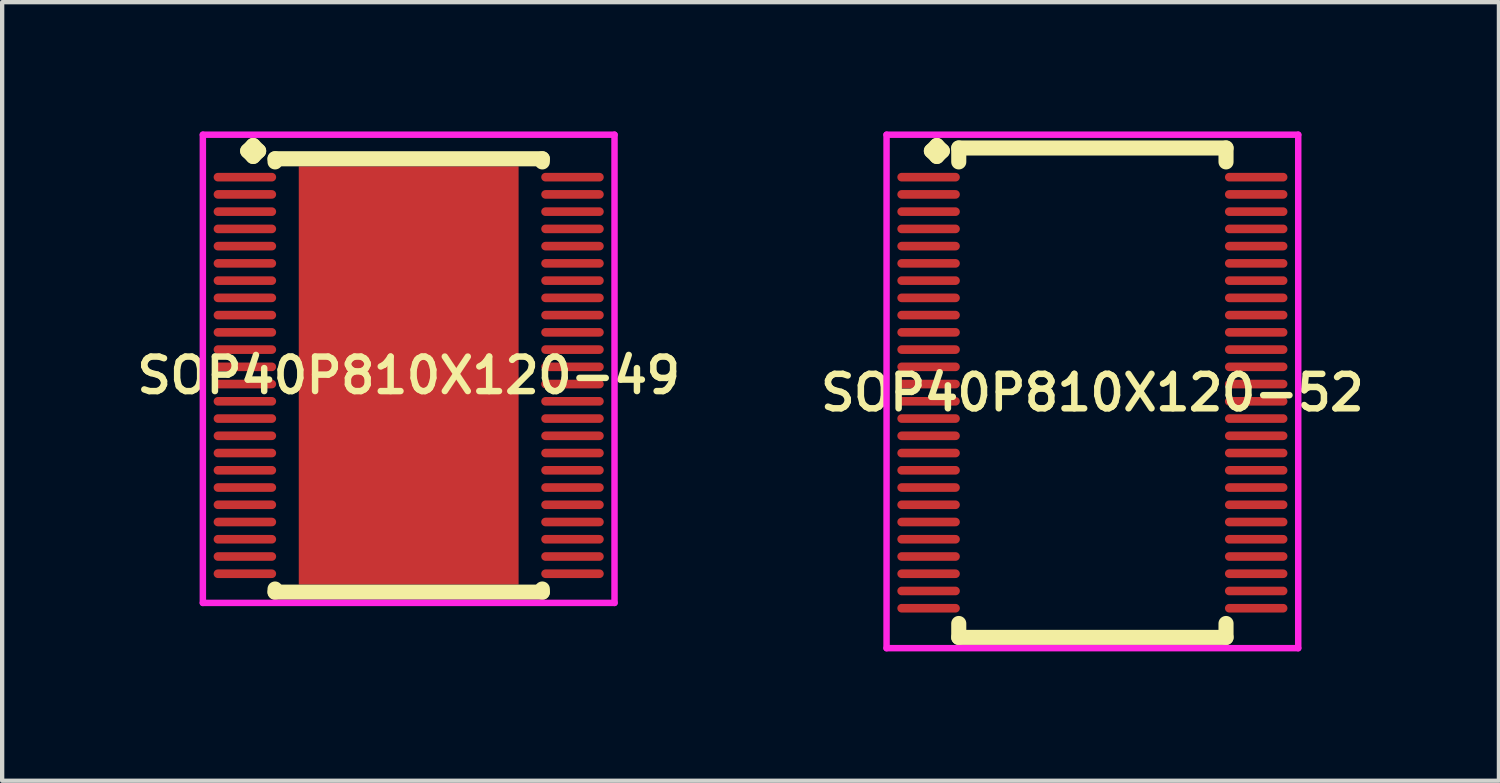
<source format=kicad_pcb>
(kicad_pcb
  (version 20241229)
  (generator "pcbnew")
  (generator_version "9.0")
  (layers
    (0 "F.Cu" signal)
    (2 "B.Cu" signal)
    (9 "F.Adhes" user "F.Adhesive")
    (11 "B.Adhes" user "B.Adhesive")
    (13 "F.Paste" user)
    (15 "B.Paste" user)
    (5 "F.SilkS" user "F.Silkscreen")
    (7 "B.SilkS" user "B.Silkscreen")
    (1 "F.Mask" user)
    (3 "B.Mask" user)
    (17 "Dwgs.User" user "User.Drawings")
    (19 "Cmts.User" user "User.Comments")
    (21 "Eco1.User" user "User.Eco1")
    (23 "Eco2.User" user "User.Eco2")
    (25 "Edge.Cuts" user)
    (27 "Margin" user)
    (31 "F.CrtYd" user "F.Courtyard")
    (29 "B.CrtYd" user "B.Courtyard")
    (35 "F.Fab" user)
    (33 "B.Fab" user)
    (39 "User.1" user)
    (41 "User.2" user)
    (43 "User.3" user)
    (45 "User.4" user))
  (footprint "SOP40P810X120-52"
    (layer "F.Cu")
    (at 22.292 6.06)
    (property "Reference" "SOP40P810X120-52" (at 0 0 0) (layer "F.SilkS") (effects (font (size 0.8 0.8) (thickness 0.15))))
    (attr smd)
    (fp_line (start -3.735 -5.608) (end -3.608 -5.735) (stroke (width 0.35) (type solid)) (layer "F.SilkS"))
    (fp_line (start -3.608 -5.735) (end -3.481 -5.608) (stroke (width 0.35) (type solid)) (layer "F.SilkS"))
    (fp_line (start -3.608 -5.481) (end -3.735 -5.608) (stroke (width 0.35) (type solid)) (layer "F.SilkS"))
    (fp_line (start -3.481 -5.608) (end -3.608 -5.481) (stroke (width 0.35) (type solid)) (layer "F.SilkS"))
    (fp_line (start -3.1 -5.677) (end 3.1 -5.677) (stroke (width 0.35) (type solid)) (layer "F.SilkS"))
    (fp_line (start -3.1 -5.354) (end -3.1 -5.677) (stroke (width 0.35) (type solid)) (layer "F.SilkS"))
    (fp_line (start -3.1 5.354) (end -3.1 5.677) (stroke (width 0.35) (type solid)) (layer "F.SilkS"))
    (fp_line (start -3.1 5.677) (end 3.1 5.677) (stroke (width 0.35) (type solid)) (layer "F.SilkS"))
    (fp_line (start 3.1 -5.677) (end 3.1 -5.354) (stroke (width 0.35) (type solid)) (layer "F.SilkS"))
    (fp_line (start 3.1 5.677) (end 3.1 5.354) (stroke (width 0.35) (type solid)) (layer "F.SilkS"))
    (fp_line (start -4.775 -5.985) (end 4.775 -5.985) (stroke (width 0.15) (type solid)) (layer "F.CrtYd"))
    (fp_line (start -4.775 5.927) (end -4.775 -5.985) (stroke (width 0.15) (type solid)) (layer "F.CrtYd"))
    (fp_line (start 4.775 -5.985) (end 4.775 5.927) (stroke (width 0.15) (type solid)) (layer "F.CrtYd"))
    (fp_line (start 4.775 5.927) (end -4.775 5.927) (stroke (width 0.15) (type solid)) (layer "F.CrtYd"))
    (pad "1" smd oval (at -3.8 -5) (size 1.45 0.2) (layers "F.Cu" "F.Mask" "F.Paste"))
    (pad "2" smd oval (at -3.8 -4.6) (size 1.45 0.2) (layers "F.Cu" "F.Mask" "F.Paste"))
    (pad "3" smd oval (at -3.8 -4.2) (size 1.45 0.2) (layers "F.Cu" "F.Mask" "F.Paste"))
    (pad "4" smd oval (at -3.8 -3.8) (size 1.45 0.2) (layers "F.Cu" "F.Mask" "F.Paste"))
    (pad "5" smd oval (at -3.8 -3.4) (size 1.45 0.2) (layers "F.Cu" "F.Mask" "F.Paste"))
    (pad "6" smd oval (at -3.8 -3) (size 1.45 0.2) (layers "F.Cu" "F.Mask" "F.Paste"))
    (pad "7" smd oval (at -3.8 -2.6) (size 1.45 0.2) (layers "F.Cu" "F.Mask" "F.Paste"))
    (pad "8" smd oval (at -3.8 -2.2) (size 1.45 0.2) (layers "F.Cu" "F.Mask" "F.Paste"))
    (pad "9" smd oval (at -3.8 -1.8) (size 1.45 0.2) (layers "F.Cu" "F.Mask" "F.Paste"))
    (pad "10" smd oval (at -3.8 -1.4) (size 1.45 0.2) (layers "F.Cu" "F.Mask" "F.Paste"))
    (pad "11" smd oval (at -3.8 -1) (size 1.45 0.2) (layers "F.Cu" "F.Mask" "F.Paste"))
    (pad "12" smd oval (at -3.8 -0.6) (size 1.45 0.2) (layers "F.Cu" "F.Mask" "F.Paste"))
    (pad "13" smd oval (at -3.8 -0.2) (size 1.45 0.2) (layers "F.Cu" "F.Mask" "F.Paste"))
    (pad "14" smd oval (at -3.8 0.2) (size 1.45 0.2) (layers "F.Cu" "F.Mask" "F.Paste"))
    (pad "15" smd oval (at -3.8 0.6) (size 1.45 0.2) (layers "F.Cu" "F.Mask" "F.Paste"))
    (pad "16" smd oval (at -3.8 1) (size 1.45 0.2) (layers "F.Cu" "F.Mask" "F.Paste"))
    (pad "17" smd oval (at -3.8 1.4) (size 1.45 0.2) (layers "F.Cu" "F.Mask" "F.Paste"))
    (pad "18" smd oval (at -3.8 1.8) (size 1.45 0.2) (layers "F.Cu" "F.Mask" "F.Paste"))
    (pad "19" smd oval (at -3.8 2.2) (size 1.45 0.2) (layers "F.Cu" "F.Mask" "F.Paste"))
    (pad "20" smd oval (at -3.8 2.6) (size 1.45 0.2) (layers "F.Cu" "F.Mask" "F.Paste"))
    (pad "21" smd oval (at -3.8 3) (size 1.45 0.2) (layers "F.Cu" "F.Mask" "F.Paste"))
    (pad "22" smd oval (at -3.8 3.4) (size 1.45 0.2) (layers "F.Cu" "F.Mask" "F.Paste"))
    (pad "23" smd oval (at -3.8 3.8) (size 1.45 0.2) (layers "F.Cu" "F.Mask" "F.Paste"))
    (pad "24" smd oval (at -3.8 4.2) (size 1.45 0.2) (layers "F.Cu" "F.Mask" "F.Paste"))
    (pad "25" smd oval (at -3.8 4.6) (size 1.45 0.2) (layers "F.Cu" "F.Mask" "F.Paste"))
    (pad "26" smd oval (at -3.8 5) (size 1.45 0.2) (layers "F.Cu" "F.Mask" "F.Paste"))
    (pad "27" smd oval (at 3.8 5) (size 1.45 0.2) (layers "F.Cu" "F.Mask" "F.Paste"))
    (pad "28" smd oval (at 3.8 4.6) (size 1.45 0.2) (layers "F.Cu" "F.Mask" "F.Paste"))
    (pad "29" smd oval (at 3.8 4.2) (size 1.45 0.2) (layers "F.Cu" "F.Mask" "F.Paste"))
    (pad "30" smd oval (at 3.8 3.8) (size 1.45 0.2) (layers "F.Cu" "F.Mask" "F.Paste"))
    (pad "31" smd oval (at 3.8 3.4) (size 1.45 0.2) (layers "F.Cu" "F.Mask" "F.Paste"))
    (pad "32" smd oval (at 3.8 3) (size 1.45 0.2) (layers "F.Cu" "F.Mask" "F.Paste"))
    (pad "33" smd oval (at 3.8 2.6) (size 1.45 0.2) (layers "F.Cu" "F.Mask" "F.Paste"))
    (pad "34" smd oval (at 3.8 2.2) (size 1.45 0.2) (layers "F.Cu" "F.Mask" "F.Paste"))
    (pad "35" smd oval (at 3.8 1.8) (size 1.45 0.2) (layers "F.Cu" "F.Mask" "F.Paste"))
    (pad "36" smd oval (at 3.8 1.4) (size 1.45 0.2) (layers "F.Cu" "F.Mask" "F.Paste"))
    (pad "37" smd oval (at 3.8 1) (size 1.45 0.2) (layers "F.Cu" "F.Mask" "F.Paste"))
    (pad "38" smd oval (at 3.8 0.6) (size 1.45 0.2) (layers "F.Cu" "F.Mask" "F.Paste"))
    (pad "39" smd oval (at 3.8 0.2) (size 1.45 0.2) (layers "F.Cu" "F.Mask" "F.Paste"))
    (pad "40" smd oval (at 3.8 -0.2) (size 1.45 0.2) (layers "F.Cu" "F.Mask" "F.Paste"))
    (pad "41" smd oval (at 3.8 -0.6) (size 1.45 0.2) (layers "F.Cu" "F.Mask" "F.Paste"))
    (pad "42" smd oval (at 3.8 -1) (size 1.45 0.2) (layers "F.Cu" "F.Mask" "F.Paste"))
    (pad "43" smd oval (at 3.8 -1.4) (size 1.45 0.2) (layers "F.Cu" "F.Mask" "F.Paste"))
    (pad "44" smd oval (at 3.8 -1.8) (size 1.45 0.2) (layers "F.Cu" "F.Mask" "F.Paste"))
    (pad "45" smd oval (at 3.8 -2.2) (size 1.45 0.2) (layers "F.Cu" "F.Mask" "F.Paste"))
    (pad "46" smd oval (at 3.8 -2.6) (size 1.45 0.2) (layers "F.Cu" "F.Mask" "F.Paste"))
    (pad "47" smd oval (at 3.8 -3) (size 1.45 0.2) (layers "F.Cu" "F.Mask" "F.Paste"))
    (pad "48" smd oval (at 3.8 -3.4) (size 1.45 0.2) (layers "F.Cu" "F.Mask" "F.Paste"))
    (pad "49" smd oval (at 3.8 -3.8) (size 1.45 0.2) (layers "F.Cu" "F.Mask" "F.Paste"))
    (pad "50" smd oval (at 3.8 -4.2) (size 1.45 0.2) (layers "F.Cu" "F.Mask" "F.Paste"))
    (pad "51" smd oval (at 3.8 -4.6) (size 1.45 0.2) (layers "F.Cu" "F.Mask" "F.Paste"))
    (pad "52" smd oval (at 3.8 -5) (size 1.45 0.2) (layers "F.Cu" "F.Mask" "F.Paste")))
  (footprint "SOP40P810X120-49"
    (layer "F.Cu")
    (at 6.431 5.66)
    (property "Reference" "SOP40P810X120-49" (at 0 0 0) (layer "F.SilkS") (effects (font (size 0.8 0.8) (thickness 0.15))))
    (attr smd)
    (fp_line (start -3.735 -5.208) (end -3.608 -5.335) (stroke (width 0.35) (type solid)) (layer "F.SilkS"))
    (fp_line (start -3.608 -5.335) (end -3.481 -5.208) (stroke (width 0.35) (type solid)) (layer "F.SilkS"))
    (fp_line (start -3.608 -5.081) (end -3.735 -5.208) (stroke (width 0.35) (type solid)) (layer "F.SilkS"))
    (fp_line (start -3.481 -5.208) (end -3.608 -5.081) (stroke (width 0.35) (type solid)) (layer "F.SilkS"))
    (fp_line (start -3.1 -5.027) (end 3.1 -5.027) (stroke (width 0.35) (type solid)) (layer "F.SilkS"))
    (fp_line (start -3.1 -4.954) (end -3.1 -5.027) (stroke (width 0.35) (type solid)) (layer "F.SilkS"))
    (fp_line (start -3.1 4.954) (end -3.1 5.027) (stroke (width 0.35) (type solid)) (layer "F.SilkS"))
    (fp_line (start -3.1 5.027) (end 3.1 5.027) (stroke (width 0.35) (type solid)) (layer "F.SilkS"))
    (fp_line (start 3.1 -5.027) (end 3.1 -4.954) (stroke (width 0.35) (type solid)) (layer "F.SilkS"))
    (fp_line (start 3.1 5.027) (end 3.1 4.954) (stroke (width 0.35) (type solid)) (layer "F.SilkS"))
    (fp_line (start -4.775 -5.585) (end 4.775 -5.585) (stroke (width 0.15) (type solid)) (layer "F.CrtYd"))
    (fp_line (start -4.775 5.277) (end -4.775 -5.585) (stroke (width 0.15) (type solid)) (layer "F.CrtYd"))
    (fp_line (start 4.775 -5.585) (end 4.775 5.277) (stroke (width 0.15) (type solid)) (layer "F.CrtYd"))
    (fp_line (start 4.775 5.277) (end -4.775 5.277) (stroke (width 0.15) (type solid)) (layer "F.CrtYd"))
    (pad "1" smd oval (at -3.8 -4.6) (size 1.45 0.2) (layers "F.Cu" "F.Mask" "F.Paste"))
    (pad "2" smd oval (at -3.8 -4.2) (size 1.45 0.2) (layers "F.Cu" "F.Mask" "F.Paste"))
    (pad "3" smd oval (at -3.8 -3.8) (size 1.45 0.2) (layers "F.Cu" "F.Mask" "F.Paste"))
    (pad "4" smd oval (at -3.8 -3.4) (size 1.45 0.2) (layers "F.Cu" "F.Mask" "F.Paste"))
    (pad "5" smd oval (at -3.8 -3) (size 1.45 0.2) (layers "F.Cu" "F.Mask" "F.Paste"))
    (pad "6" smd oval (at -3.8 -2.6) (size 1.45 0.2) (layers "F.Cu" "F.Mask" "F.Paste"))
    (pad "7" smd oval (at -3.8 -2.2) (size 1.45 0.2) (layers "F.Cu" "F.Mask" "F.Paste"))
    (pad "8" smd oval (at -3.8 -1.8) (size 1.45 0.2) (layers "F.Cu" "F.Mask" "F.Paste"))
    (pad "9" smd oval (at -3.8 -1.4) (size 1.45 0.2) (layers "F.Cu" "F.Mask" "F.Paste"))
    (pad "10" smd oval (at -3.8 -1) (size 1.45 0.2) (layers "F.Cu" "F.Mask" "F.Paste"))
    (pad "11" smd oval (at -3.8 -0.6) (size 1.45 0.2) (layers "F.Cu" "F.Mask" "F.Paste"))
    (pad "12" smd oval (at -3.8 -0.2) (size 1.45 0.2) (layers "F.Cu" "F.Mask" "F.Paste"))
    (pad "13" smd oval (at -3.8 0.2) (size 1.45 0.2) (layers "F.Cu" "F.Mask" "F.Paste"))
    (pad "14" smd oval (at -3.8 0.6) (size 1.45 0.2) (layers "F.Cu" "F.Mask" "F.Paste"))
    (pad "15" smd oval (at -3.8 1) (size 1.45 0.2) (layers "F.Cu" "F.Mask" "F.Paste"))
    (pad "16" smd oval (at -3.8 1.4) (size 1.45 0.2) (layers "F.Cu" "F.Mask" "F.Paste"))
    (pad "17" smd oval (at -3.8 1.8) (size 1.45 0.2) (layers "F.Cu" "F.Mask" "F.Paste"))
    (pad "18" smd oval (at -3.8 2.2) (size 1.45 0.2) (layers "F.Cu" "F.Mask" "F.Paste"))
    (pad "19" smd oval (at -3.8 2.6) (size 1.45 0.2) (layers "F.Cu" "F.Mask" "F.Paste"))
    (pad "20" smd oval (at -3.8 3) (size 1.45 0.2) (layers "F.Cu" "F.Mask" "F.Paste"))
    (pad "21" smd oval (at -3.8 3.4) (size 1.45 0.2) (layers "F.Cu" "F.Mask" "F.Paste"))
    (pad "22" smd oval (at -3.8 3.8) (size 1.45 0.2) (layers "F.Cu" "F.Mask" "F.Paste"))
    (pad "23" smd oval (at -3.8 4.2) (size 1.45 0.2) (layers "F.Cu" "F.Mask" "F.Paste"))
    (pad "24" smd oval (at -3.8 4.6) (size 1.45 0.2) (layers "F.Cu" "F.Mask" "F.Paste"))
    (pad "25" smd oval (at 3.8 4.6) (size 1.45 0.2) (layers "F.Cu" "F.Mask" "F.Paste"))
    (pad "26" smd oval (at 3.8 4.2) (size 1.45 0.2) (layers "F.Cu" "F.Mask" "F.Paste"))
    (pad "27" smd oval (at 3.8 3.8) (size 1.45 0.2) (layers "F.Cu" "F.Mask" "F.Paste"))
    (pad "28" smd oval (at 3.8 3.4) (size 1.45 0.2) (layers "F.Cu" "F.Mask" "F.Paste"))
    (pad "29" smd oval (at 3.8 3) (size 1.45 0.2) (layers "F.Cu" "F.Mask" "F.Paste"))
    (pad "30" smd oval (at 3.8 2.6) (size 1.45 0.2) (layers "F.Cu" "F.Mask" "F.Paste"))
    (pad "31" smd oval (at 3.8 2.2) (size 1.45 0.2) (layers "F.Cu" "F.Mask" "F.Paste"))
    (pad "32" smd oval (at 3.8 1.8) (size 1.45 0.2) (layers "F.Cu" "F.Mask" "F.Paste"))
    (pad "33" smd oval (at 3.8 1.4) (size 1.45 0.2) (layers "F.Cu" "F.Mask" "F.Paste"))
    (pad "34" smd oval (at 3.8 1) (size 1.45 0.2) (layers "F.Cu" "F.Mask" "F.Paste"))
    (pad "35" smd oval (at 3.8 0.6) (size 1.45 0.2) (layers "F.Cu" "F.Mask" "F.Paste"))
    (pad "36" smd oval (at 3.8 0.2) (size 1.45 0.2) (layers "F.Cu" "F.Mask" "F.Paste"))
    (pad "37" smd oval (at 3.8 -0.2) (size 1.45 0.2) (layers "F.Cu" "F.Mask" "F.Paste"))
    (pad "38" smd oval (at 3.8 -0.6) (size 1.45 0.2) (layers "F.Cu" "F.Mask" "F.Paste"))
    (pad "39" smd oval (at 3.8 -1) (size 1.45 0.2) (layers "F.Cu" "F.Mask" "F.Paste"))
    (pad "40" smd oval (at 3.8 -1.4) (size 1.45 0.2) (layers "F.Cu" "F.Mask" "F.Paste"))
    (pad "41" smd oval (at 3.8 -1.8) (size 1.45 0.2) (layers "F.Cu" "F.Mask" "F.Paste"))
    (pad "42" smd oval (at 3.8 -2.2) (size 1.45 0.2) (layers "F.Cu" "F.Mask" "F.Paste"))
    (pad "43" smd oval (at 3.8 -2.6) (size 1.45 0.2) (layers "F.Cu" "F.Mask" "F.Paste"))
    (pad "44" smd oval (at 3.8 -3) (size 1.45 0.2) (layers "F.Cu" "F.Mask" "F.Paste"))
    (pad "45" smd oval (at 3.8 -3.4) (size 1.45 0.2) (layers "F.Cu" "F.Mask" "F.Paste"))
    (pad "46" smd oval (at 3.8 -3.8) (size 1.45 0.2) (layers "F.Cu" "F.Mask" "F.Paste"))
    (pad "47" smd oval (at 3.8 -4.2) (size 1.45 0.2) (layers "F.Cu" "F.Mask" "F.Paste"))
    (pad "48" smd oval (at 3.8 -4.6) (size 1.45 0.2) (layers "F.Cu" "F.Mask" "F.Paste"))
    (pad "49" smd rect (at 0 0) (size 5.1 9.7) (layers "F.Cu" "F.Mask" "F.Paste")))
  (gr_rect
    (start -3 -3)
    (end 31.723 15.062)
    (stroke (width 0.1) (type default))
    (fill no)
    (layer "Edge.Cuts")))
</source>
